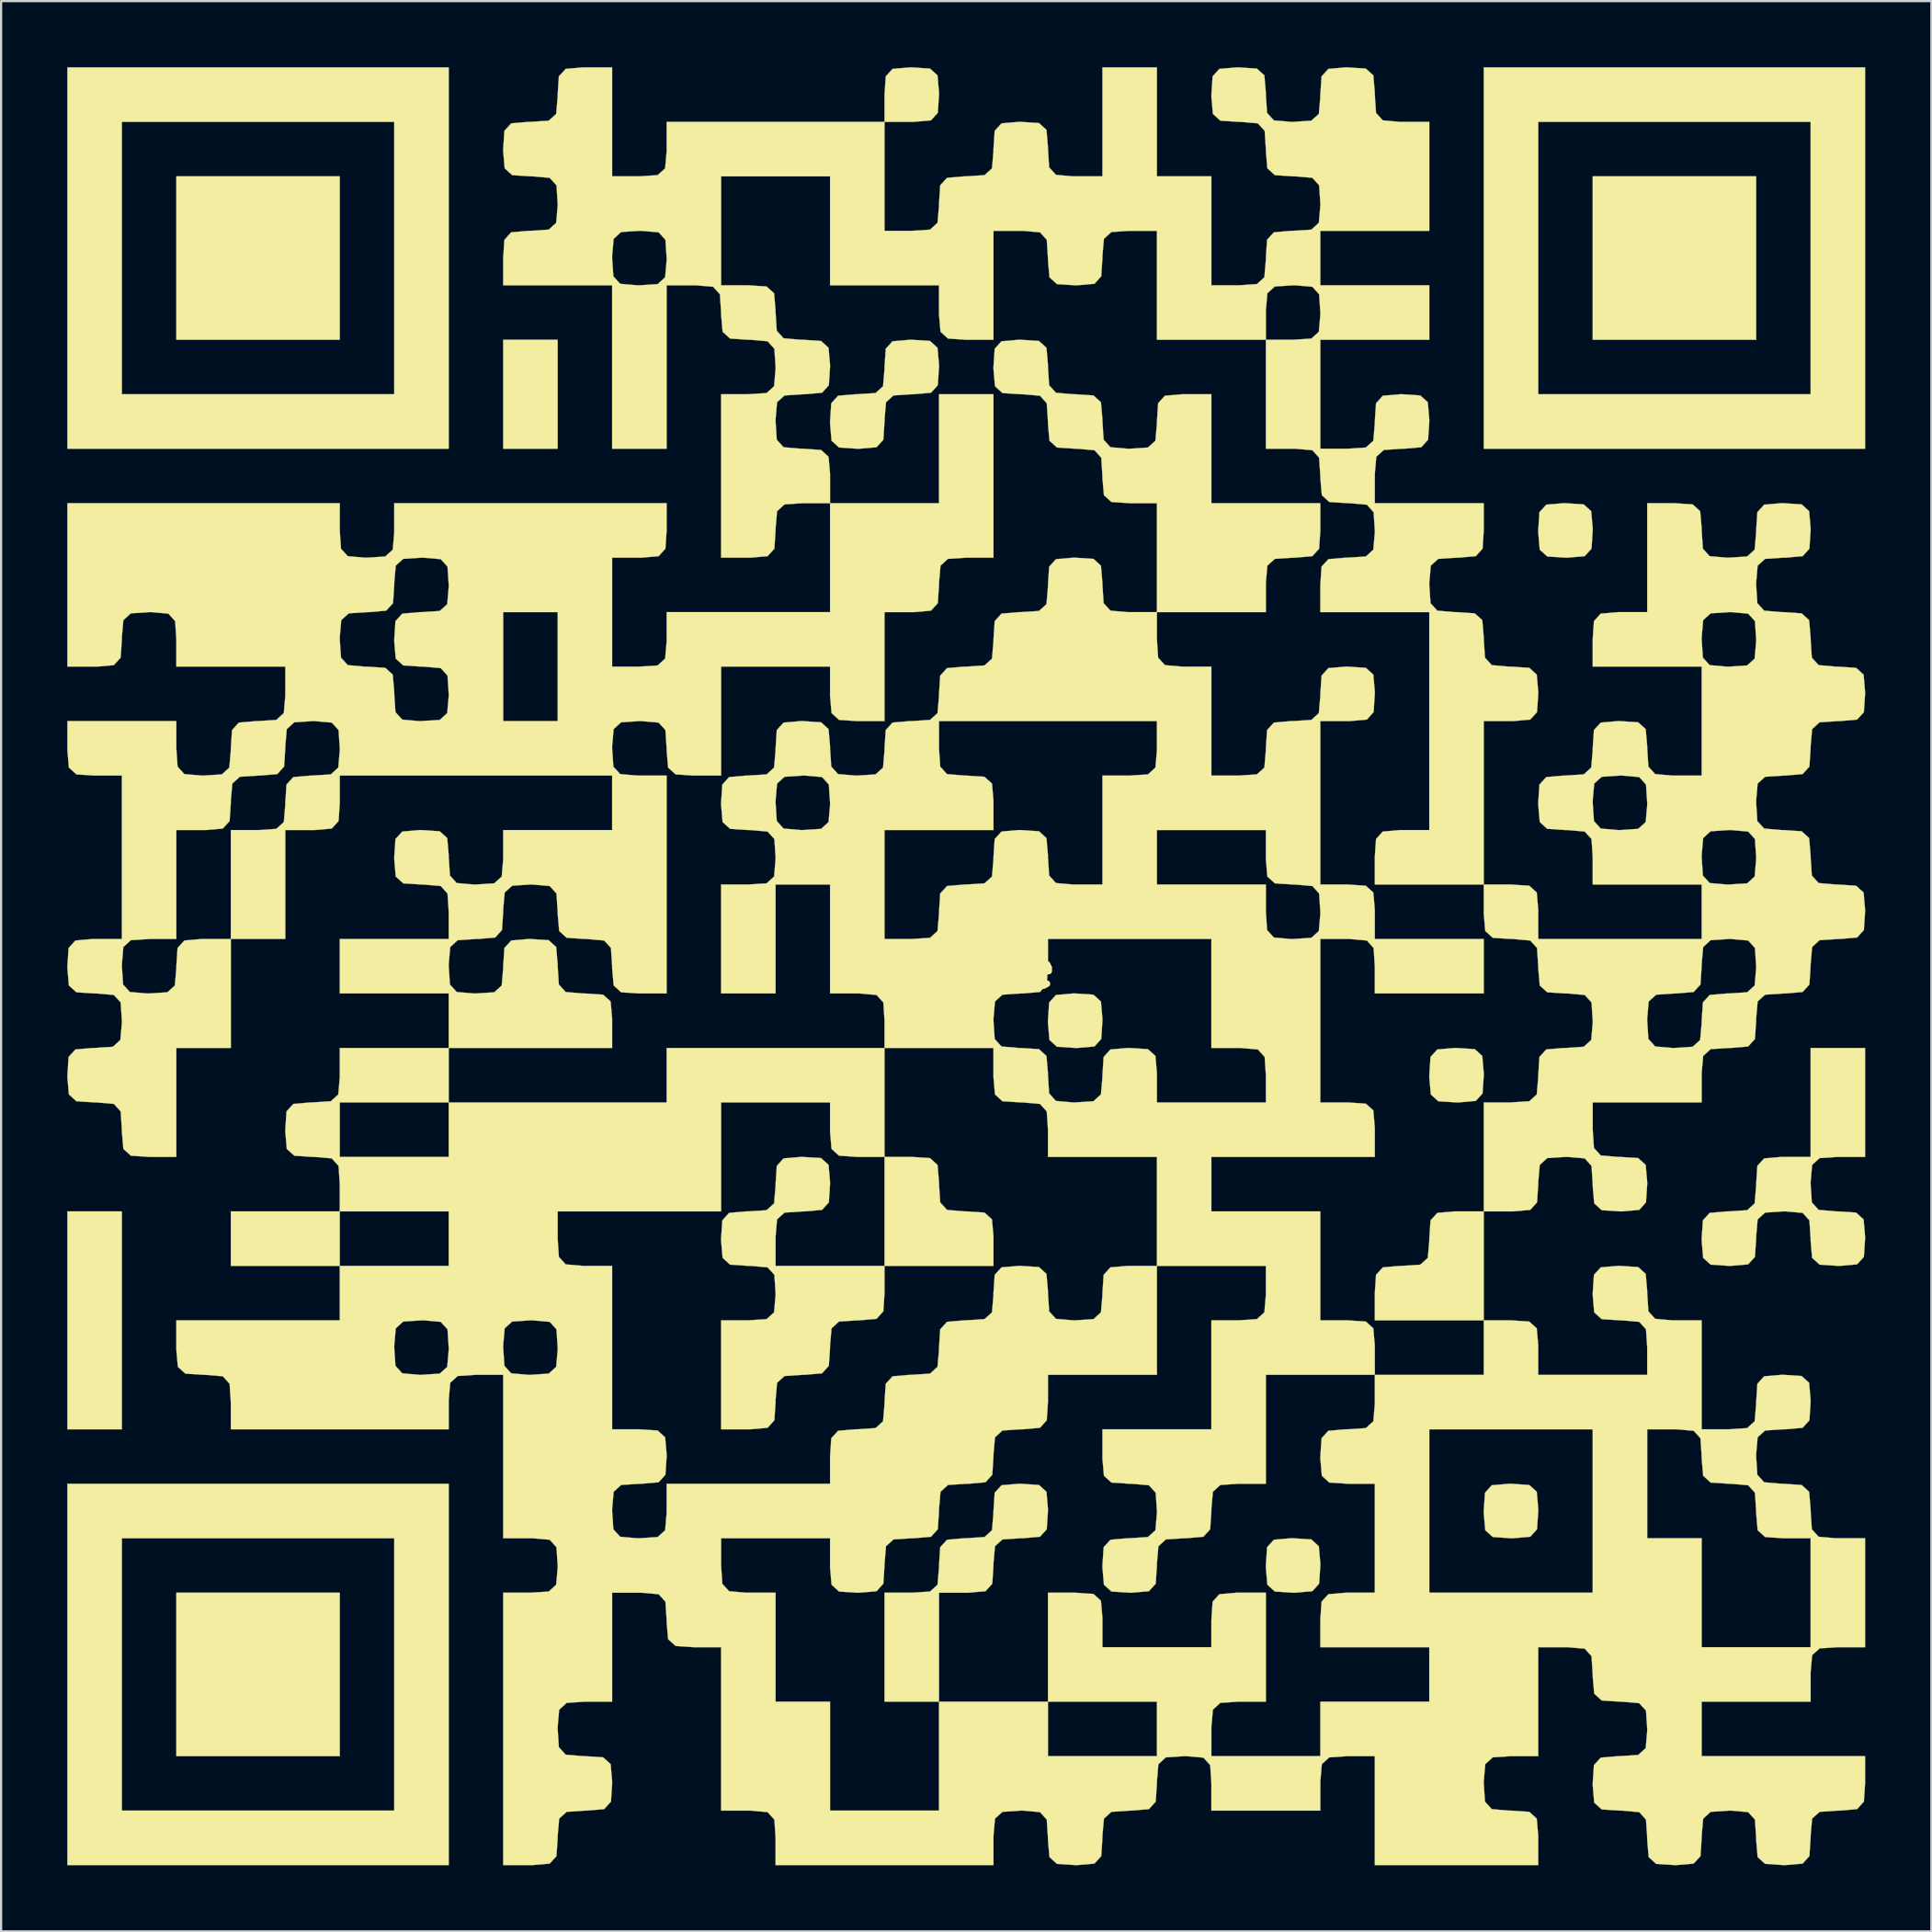
<source format=kicad_pcb>
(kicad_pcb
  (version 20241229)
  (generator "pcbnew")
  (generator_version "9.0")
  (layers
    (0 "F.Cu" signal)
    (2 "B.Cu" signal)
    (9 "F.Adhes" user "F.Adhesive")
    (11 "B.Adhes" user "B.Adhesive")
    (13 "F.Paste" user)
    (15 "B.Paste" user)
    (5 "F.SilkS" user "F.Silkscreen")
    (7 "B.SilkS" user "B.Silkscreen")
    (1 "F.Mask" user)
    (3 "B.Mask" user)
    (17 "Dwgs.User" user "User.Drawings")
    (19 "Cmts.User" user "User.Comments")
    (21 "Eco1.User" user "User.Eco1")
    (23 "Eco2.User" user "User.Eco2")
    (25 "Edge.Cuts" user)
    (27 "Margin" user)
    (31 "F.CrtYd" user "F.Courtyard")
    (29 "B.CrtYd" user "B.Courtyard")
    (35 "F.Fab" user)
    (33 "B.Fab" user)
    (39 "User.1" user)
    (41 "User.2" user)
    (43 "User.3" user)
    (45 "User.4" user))
  (footprint "qrcode"
    (layer "F.Cu")
    (at 40.927 40.927)
    (property "Reference" "qrcode" (at 0 0 0) (layer "F.SilkS") (effects (font (size 1.524 1.524) (thickness 0.3))))
    (attr through_hole)
    (fp_poly (pts (xy -38.453 20.814) (xy -40.922 20.814) (xy -40.922 10.936) (xy -38.453 10.936) (xy -38.453 20.814)) (stroke (width 0.01) (type solid)) (fill yes) (layer "F.SilkS"))
    (fp_poly (pts (xy -28.575 -28.575) (xy -35.983 -28.575) (xy -35.983 -35.983) (xy -28.575 -35.983) (xy -28.575 -28.575)) (stroke (width 0.01) (type solid)) (fill yes) (layer "F.SilkS"))
    (fp_poly (pts (xy -28.575 35.631) (xy -35.983 35.631) (xy -35.983 28.222) (xy -28.575 28.222) (xy -28.575 35.631)) (stroke (width 0.01) (type solid)) (fill yes) (layer "F.SilkS"))
    (fp_poly (pts (xy -18.697 -23.636) (xy -21.167 -23.636) (xy -21.167 -28.575) (xy -18.697 -28.575) (xy -18.697 -23.636)) (stroke (width 0.01) (type solid)) (fill yes) (layer "F.SilkS"))
    (fp_poly (pts (xy 35.631 -28.575) (xy 28.222 -28.575) (xy 28.222 -35.983) (xy 35.631 -35.983) (xy 35.631 -28.575)) (stroke (width 0.01) (type solid)) (fill yes) (layer "F.SilkS"))
    (fp_poly (pts (xy -23.636 -23.636) (xy -40.922 -23.636) (xy -40.922 -38.453) (xy -38.453 -38.453) (xy -38.453 -26.106) (xy -26.106 -26.106) (xy -26.106 -38.453) (xy -38.453 -38.453) (xy -40.922 -38.453) (xy -40.922 -40.922) (xy -23.636 -40.922) (xy -23.636 -23.636)) (stroke (width 0.01) (type solid)) (fill yes) (layer "F.SilkS"))
    (fp_poly (pts (xy -23.636 40.569) (xy -40.922 40.569) (xy -40.922 25.753) (xy -38.453 25.753) (xy -38.453 38.1) (xy -26.106 38.1) (xy -26.106 25.753) (xy -38.453 25.753) (xy -40.922 25.753) (xy -40.922 23.283) (xy -23.636 23.283) (xy -23.636 40.569)) (stroke (width 0.01) (type solid)) (fill yes) (layer "F.SilkS"))
    (fp_poly (pts (xy 40.569 -23.636) (xy 23.283 -23.636) (xy 23.283 -38.453) (xy 25.753 -38.453) (xy 25.753 -26.106) (xy 38.1 -26.106) (xy 38.1 -38.453) (xy 25.753 -38.453) (xy 23.283 -38.453) (xy 23.283 -40.922) (xy 40.569 -40.922) (xy 40.569 -23.636)) (stroke (width 0.01) (type solid)) (fill yes) (layer "F.SilkS"))
    (fp_poly (pts (xy -3.881 -39.688) (xy -3.826 -40.515) (xy -3.518 -40.854) (xy -2.74 -40.922) (xy -2.646 -40.922) (xy -1.818 -40.868) (xy -1.479 -40.56) (xy -1.411 -39.781) (xy -1.411 -39.688) (xy -1.466 -38.86) (xy -1.774 -38.521) (xy -2.552 -38.453) (xy -2.646 -38.453) (xy -3.881 -38.453) (xy -3.881 -39.688)) (stroke (width 0.01) (type solid)) (fill yes) (layer "F.SilkS"))
    (fp_poly (pts (xy -3.881 8.467) (xy -2.646 8.467) (xy -1.818 8.521) (xy -1.479 8.829) (xy -1.411 9.607) (xy -1.411 9.701) (xy -1.357 10.529) (xy -1.048 10.868) (xy -0.27 10.936) (xy -0.176 10.936) (xy 0.651 10.991) (xy 0.991 11.299) (xy 1.058 12.077) (xy 1.058 12.171) (xy 1.058 13.406) (xy -3.881 13.406) (xy -3.881 8.467)) (stroke (width 0.01) (type solid)) (fill yes) (layer "F.SilkS"))
    (fp_poly (pts (xy 5.59 1.113) (xy 5.929 1.421) (xy 5.997 2.199) (xy 5.997 2.293) (xy 5.943 3.121) (xy 5.635 3.46) (xy 4.856 3.528) (xy 4.763 3.528) (xy 3.935 3.473) (xy 3.596 3.165) (xy 3.528 2.387) (xy 3.528 2.293) (xy 3.582 1.466) (xy 3.89 1.126) (xy 4.669 1.058) (xy 4.763 1.058) (xy 5.59 1.113)) (stroke (width 0.01) (type solid)) (fill yes) (layer "F.SilkS"))
    (fp_poly (pts (xy 15.468 25.807) (xy 15.807 26.115) (xy 15.875 26.894) (xy 15.875 26.988) (xy 15.82 27.815) (xy 15.512 28.154) (xy 14.734 28.222) (xy 14.64 28.222) (xy 13.813 28.168) (xy 13.473 27.86) (xy 13.406 27.081) (xy 13.406 26.988) (xy 13.46 26.16) (xy 13.768 25.821) (xy 14.546 25.753) (xy 14.64 25.753) (xy 15.468 25.807)) (stroke (width 0.01) (type solid)) (fill yes) (layer "F.SilkS"))
    (fp_poly (pts (xy 22.876 3.582) (xy 23.216 3.89) (xy 23.283 4.669) (xy 23.283 4.763) (xy 23.229 5.59) (xy 22.921 5.929) (xy 22.143 5.997) (xy 22.049 5.997) (xy 21.221 5.943) (xy 20.882 5.635) (xy 20.814 4.856) (xy 20.814 4.763) (xy 20.869 3.935) (xy 21.177 3.596) (xy 21.955 3.528) (xy 22.049 3.528) (xy 22.876 3.582)) (stroke (width 0.01) (type solid)) (fill yes) (layer "F.SilkS"))
    (fp_poly (pts (xy 25.346 23.338) (xy 25.685 23.646) (xy 25.753 24.424) (xy 25.753 24.518) (xy 25.698 25.346) (xy 25.39 25.685) (xy 24.612 25.753) (xy 24.518 25.753) (xy 23.691 25.698) (xy 23.351 25.39) (xy 23.283 24.612) (xy 23.283 24.518) (xy 23.338 23.691) (xy 23.646 23.351) (xy 24.424 23.283) (xy 24.518 23.283) (xy 25.346 23.338)) (stroke (width 0.01) (type solid)) (fill yes) (layer "F.SilkS"))
    (fp_poly (pts (xy 27.815 -21.112) (xy 28.154 -20.804) (xy 28.222 -20.026) (xy 28.222 -19.932) (xy 28.168 -19.104) (xy 27.86 -18.765) (xy 27.081 -18.697) (xy 26.988 -18.697) (xy 26.16 -18.752) (xy 25.821 -19.06) (xy 25.753 -19.838) (xy 25.753 -19.932) (xy 25.807 -20.759) (xy 26.115 -21.099) (xy 26.894 -21.167) (xy 26.988 -21.167) (xy 27.815 -21.112)) (stroke (width 0.01) (type solid)) (fill yes) (layer "F.SilkS"))
    (fp_poly (pts (xy -1.818 -28.52) (xy -1.479 -28.212) (xy -1.411 -27.434) (xy -1.411 -27.34) (xy -1.466 -26.513) (xy -1.774 -26.173) (xy -2.552 -26.106) (xy -2.646 -26.106) (xy -3.473 -26.051) (xy -3.813 -25.743) (xy -3.88 -24.965) (xy -3.881 -24.871) (xy -3.935 -24.043) (xy -4.243 -23.704) (xy -5.021 -23.636) (xy -5.115 -23.636) (xy -5.943 -23.691) (xy -6.282 -23.999) (xy -6.35 -24.777) (xy -6.35 -24.871) (xy -6.295 -25.698) (xy -5.987 -26.038) (xy -5.209 -26.105) (xy -5.115 -26.106) (xy -4.288 -26.16) (xy -3.948 -26.468) (xy -3.881 -27.246) (xy -3.881 -27.34) (xy -3.826 -28.168) (xy -3.518 -28.507) (xy -2.74 -28.575) (xy -2.646 -28.575) (xy -1.818 -28.52)) (stroke (width 0.01) (type solid)) (fill yes) (layer "F.SilkS"))
    (fp_poly (pts (xy 3.121 23.338) (xy 3.46 23.646) (xy 3.528 24.424) (xy 3.528 24.518) (xy 3.473 25.346) (xy 3.165 25.685) (xy 2.387 25.753) (xy 2.293 25.753) (xy 1.466 25.807) (xy 1.126 26.115) (xy 1.058 26.894) (xy 1.058 26.988) (xy 1.004 27.815) (xy 0.696 28.154) (xy -0.082 28.222) (xy -0.176 28.222) (xy -1.411 28.222) (xy -1.411 33.161) (xy -3.881 33.161) (xy -3.881 28.222) (xy -2.646 28.222) (xy -1.818 28.168) (xy -1.479 27.86) (xy -1.411 27.081) (xy -1.411 26.988) (xy -1.357 26.16) (xy -1.048 25.821) (xy -0.27 25.753) (xy -0.176 25.753) (xy 0.651 25.698) (xy 0.991 25.39) (xy 1.058 24.612) (xy 1.058 24.518) (xy 1.113 23.691) (xy 1.421 23.351) (xy 2.199 23.283) (xy 2.293 23.283) (xy 3.121 23.338)) (stroke (width 0.01) (type solid)) (fill yes) (layer "F.SilkS"))
    (fp_poly (pts (xy 40.569 8.467) (xy 39.335 8.467) (xy 38.507 8.521) (xy 38.168 8.829) (xy 38.1 9.607) (xy 38.1 9.701) (xy 38.155 10.529) (xy 38.463 10.868) (xy 39.241 10.936) (xy 39.335 10.936) (xy 40.162 10.991) (xy 40.502 11.299) (xy 40.569 12.077) (xy 40.569 12.171) (xy 40.515 12.998) (xy 40.207 13.338) (xy 39.429 13.405) (xy 39.335 13.406) (xy 38.507 13.351) (xy 38.168 13.043) (xy 38.1 12.265) (xy 38.1 12.171) (xy 38.045 11.343) (xy 37.737 11.004) (xy 36.959 10.936) (xy 36.865 10.936) (xy 36.038 10.991) (xy 35.698 11.299) (xy 35.631 12.077) (xy 35.631 12.171) (xy 35.576 12.998) (xy 35.268 13.338) (xy 34.49 13.405) (xy 34.396 13.406) (xy 33.568 13.351) (xy 33.229 13.043) (xy 33.161 12.265) (xy 33.161 12.171) (xy 33.216 11.343) (xy 33.524 11.004) (xy 34.302 10.936) (xy 34.396 10.936) (xy 35.223 10.882) (xy 35.563 10.573) (xy 35.63 9.795) (xy 35.631 9.701) (xy 35.685 8.874) (xy 35.993 8.534) (xy 36.771 8.467) (xy 36.865 8.467) (xy 38.1 8.467) (xy 38.1 3.528) (xy 40.569 3.528) (xy 40.569 8.467)) (stroke (width 0.01) (type solid)) (fill yes) (layer "F.SilkS"))
    (fp_poly (pts (xy -3.881 14.64) (xy -3.935 15.468) (xy -4.243 15.807) (xy -5.021 15.875) (xy -5.115 15.875) (xy -5.943 15.93) (xy -6.282 16.238) (xy -6.35 17.016) (xy -6.35 17.11) (xy -6.405 17.937) (xy -6.713 18.277) (xy -7.491 18.344) (xy -7.585 18.344) (xy -8.412 18.399) (xy -8.752 18.707) (xy -8.819 19.485) (xy -8.819 19.579) (xy -8.874 20.407) (xy -9.182 20.746) (xy -9.96 20.814) (xy -10.054 20.814) (xy -11.289 20.814) (xy -11.289 15.875) (xy -10.054 15.875) (xy -9.227 15.82) (xy -8.887 15.512) (xy -8.82 14.734) (xy -8.819 14.64) (xy -8.874 13.813) (xy -9.182 13.473) (xy -9.96 13.406) (xy -10.054 13.406) (xy -10.882 13.351) (xy -11.221 13.043) (xy -11.289 12.265) (xy -11.289 12.171) (xy -11.234 11.343) (xy -10.926 11.004) (xy -10.148 10.936) (xy -10.054 10.936) (xy -9.227 10.882) (xy -8.887 10.573) (xy -8.82 9.795) (xy -8.819 9.701) (xy -8.765 8.874) (xy -8.457 8.534) (xy -7.679 8.467) (xy -7.585 8.467) (xy -6.757 8.521) (xy -6.418 8.829) (xy -6.35 9.607) (xy -6.35 9.701) (xy -6.405 10.529) (xy -6.713 10.868) (xy -7.491 10.936) (xy -7.585 10.936) (xy -8.412 10.991) (xy -8.752 11.299) (xy -8.819 12.077) (xy -8.819 12.171) (xy -8.819 13.406) (xy -3.881 13.406) (xy -3.881 14.64)) (stroke (width 0.01) (type solid)) (fill yes) (layer "F.SilkS"))
    (fp_poly (pts (xy 8.467 -21.167) (xy 7.232 -21.167) (xy 6.404 -21.221) (xy 6.065 -21.529) (xy 5.997 -22.307) (xy 5.997 -22.401) (xy 5.943 -23.229) (xy 5.635 -23.568) (xy 4.856 -23.636) (xy 4.763 -23.636) (xy 3.935 -23.691) (xy 3.596 -23.999) (xy 3.528 -24.777) (xy 3.528 -24.871) (xy 3.473 -25.698) (xy 3.165 -26.038) (xy 2.387 -26.105) (xy 2.293 -26.106) (xy 1.466 -26.16) (xy 1.126 -26.468) (xy 1.058 -27.246) (xy 1.058 -27.34) (xy 1.113 -28.168) (xy 1.421 -28.507) (xy 2.199 -28.575) (xy 2.293 -28.575) (xy 3.121 -28.52) (xy 3.46 -28.212) (xy 3.528 -27.434) (xy 3.528 -27.34) (xy 3.582 -26.513) (xy 3.89 -26.173) (xy 4.669 -26.106) (xy 4.763 -26.106) (xy 5.59 -26.051) (xy 5.929 -25.743) (xy 5.997 -24.965) (xy 5.997 -24.871) (xy 6.052 -24.043) (xy 6.36 -23.704) (xy 7.138 -23.636) (xy 7.232 -23.636) (xy 8.059 -23.691) (xy 8.399 -23.999) (xy 8.467 -24.777) (xy 8.467 -24.871) (xy 8.521 -25.698) (xy 8.829 -26.038) (xy 9.607 -26.105) (xy 9.701 -26.106) (xy 10.936 -26.106) (xy 10.936 -21.167) (xy 15.875 -21.167) (xy 15.875 -19.932) (xy 15.82 -19.104) (xy 15.512 -18.765) (xy 14.734 -18.697) (xy 14.64 -18.697) (xy 13.813 -18.643) (xy 13.473 -18.335) (xy 13.406 -17.556) (xy 13.406 -17.462) (xy 13.406 -16.228) (xy 8.467 -16.228) (xy 8.467 -21.167)) (stroke (width 0.01) (type solid)) (fill yes) (layer "F.SilkS"))
    (fp_poly (pts (xy 8.467 -14.993) (xy 8.521 -14.166) (xy 8.829 -13.826) (xy 9.607 -13.758) (xy 9.701 -13.758) (xy 10.936 -13.758) (xy 10.936 -8.819) (xy 12.171 -8.819) (xy 12.998 -8.874) (xy 13.338 -9.182) (xy 13.405 -9.96) (xy 13.406 -10.054) (xy 13.46 -10.882) (xy 13.768 -11.221) (xy 14.546 -11.289) (xy 14.64 -11.289) (xy 15.468 -11.343) (xy 15.807 -11.652) (xy 15.875 -12.43) (xy 15.875 -12.524) (xy 15.93 -13.351) (xy 16.238 -13.691) (xy 17.016 -13.758) (xy 17.11 -13.758) (xy 17.937 -13.704) (xy 18.277 -13.396) (xy 18.344 -12.618) (xy 18.344 -12.524) (xy 18.29 -11.696) (xy 17.982 -11.357) (xy 17.204 -11.289) (xy 17.11 -11.289) (xy 15.875 -11.289) (xy 15.875 -3.881) (xy 17.11 -3.881) (xy 17.937 -3.826) (xy 18.277 -3.518) (xy 18.344 -2.74) (xy 18.344 -2.646) (xy 18.344 -1.411) (xy 23.283 -1.411) (xy 23.283 1.058) (xy 18.344 1.058) (xy 18.344 -0.176) (xy 18.29 -1.004) (xy 17.982 -1.343) (xy 17.204 -1.411) (xy 17.11 -1.411) (xy 15.875 -1.411) (xy 15.875 5.997) (xy 17.11 5.997) (xy 17.937 6.052) (xy 18.277 6.36) (xy 18.344 7.138) (xy 18.344 7.232) (xy 18.344 8.467) (xy 10.936 8.467) (xy 10.936 10.936) (xy 15.875 10.936) (xy 15.875 15.875) (xy 17.11 15.875) (xy 17.937 15.93) (xy 18.277 16.238) (xy 18.344 17.016) (xy 18.344 17.11) (xy 18.344 18.344) (xy 13.406 18.344) (xy 13.406 23.283) (xy 12.171 23.283) (xy 11.343 23.338) (xy 11.004 23.646) (xy 10.936 24.424) (xy 10.936 24.518) (xy 10.882 25.346) (xy 10.573 25.685) (xy 9.795 25.753) (xy 9.701 25.753) (xy 8.874 25.807) (xy 8.534 26.115) (xy 8.467 26.894) (xy 8.467 26.988) (xy 8.412 27.815) (xy 8.104 28.154) (xy 7.326 28.222) (xy 7.232 28.222) (xy 6.404 28.168) (xy 6.065 27.86) (xy 5.997 27.081) (xy 5.997 26.988) (xy 6.052 26.16) (xy 6.36 25.821) (xy 7.138 25.753) (xy 7.232 25.753) (xy 8.059 25.698) (xy 8.399 25.39) (xy 8.467 24.612) (xy 8.467 24.518) (xy 8.412 23.691) (xy 8.104 23.351) (xy 7.326 23.283) (xy 7.232 23.283) (xy 6.404 23.229) (xy 6.065 22.921) (xy 5.997 22.143) (xy 5.997 22.049) (xy 5.997 20.814) (xy 10.936 20.814) (xy 10.936 15.875) (xy 12.171 15.875) (xy 12.998 15.82) (xy 13.338 15.512) (xy 13.405 14.734) (xy 13.406 14.64) (xy 13.406 13.406) (xy 8.467 13.406) (xy 8.467 8.467) (xy 3.528 8.467) (xy 3.528 7.232) (xy 3.473 6.404) (xy 3.165 6.065) (xy 2.387 5.997) (xy 2.293 5.997) (xy 1.466 5.943) (xy 1.126 5.635) (xy 1.058 4.856) (xy 1.058 4.763) (xy 1.058 3.528) (xy -3.881 3.528) (xy -3.881 2.293) (xy 1.058 2.293) (xy 1.113 3.121) (xy 1.421 3.46) (xy 2.199 3.528) (xy 2.293 3.528) (xy 3.121 3.582) (xy 3.46 3.89) (xy 3.528 4.669) (xy 3.528 4.763) (xy 3.582 5.59) (xy 3.89 5.929) (xy 4.669 5.997) (xy 4.763 5.997) (xy 5.59 5.943) (xy 5.929 5.635) (xy 5.997 4.856) (xy 5.997 4.763) (xy 6.052 3.935) (xy 6.36 3.596) (xy 7.138 3.528) (xy 7.232 3.528) (xy 8.059 3.582) (xy 8.399 3.89) (xy 8.467 4.669) (xy 8.467 4.763) (xy 8.467 5.997) (xy 13.406 5.997) (xy 13.406 4.763) (xy 13.351 3.935) (xy 13.043 3.596) (xy 12.265 3.528) (xy 12.171 3.528) (xy 10.936 3.528) (xy 10.936 -1.411) (xy 3.528 -1.411) (xy 3.528 -0.176) (xy 3.473 0.651) (xy 3.165 0.991) (xy 2.387 1.058) (xy 2.293 1.058) (xy 1.466 1.113) (xy 1.126 1.421) (xy 1.058 2.199) (xy 1.058 2.293) (xy -3.881 2.293) (xy -3.935 1.466) (xy -4.243 1.126) (xy -5.021 1.058) (xy -5.115 1.058) (xy -6.35 1.058) (xy -6.35 -3.881) (xy -8.819 -3.881) (xy -8.819 1.058) (xy -11.289 1.058) (xy -11.289 -3.881) (xy -10.054 -3.881) (xy -9.227 -3.935) (xy -8.887 -4.243) (xy -8.82 -5.021) (xy -8.819 -5.115) (xy -8.874 -5.943) (xy -9.182 -6.282) (xy -9.96 -6.35) (xy -10.054 -6.35) (xy -10.882 -6.405) (xy -11.221 -6.713) (xy -11.289 -7.491) (xy -11.289 -7.585) (xy -8.819 -7.585) (xy -8.765 -6.757) (xy -8.457 -6.418) (xy -7.679 -6.35) (xy -7.585 -6.35) (xy -3.881 -6.35) (xy -3.881 -1.411) (xy -2.646 -1.411) (xy -1.818 -1.466) (xy -1.479 -1.774) (xy -1.411 -2.552) (xy -1.411 -2.646) (xy -1.357 -3.473) (xy -1.048 -3.813) (xy -0.27 -3.88) (xy -0.176 -3.881) (xy 0.651 -3.935) (xy 0.991 -4.243) (xy 1.058 -5.021) (xy 1.058 -5.115) (xy 1.113 -5.943) (xy 1.421 -6.282) (xy 2.199 -6.35) (xy 2.293 -6.35) (xy 3.121 -6.295) (xy 3.46 -5.987) (xy 3.528 -5.209) (xy 3.528 -5.115) (xy 3.582 -4.288) (xy 3.89 -3.948) (xy 4.669 -3.881) (xy 4.763 -3.881) (xy 5.997 -3.881) (xy 5.997 -6.35) (xy 8.467 -6.35) (xy 8.467 -3.881) (xy 13.406 -3.881) (xy 13.406 -2.646) (xy 13.46 -1.818) (xy 13.768 -1.479) (xy 14.546 -1.411) (xy 14.64 -1.411) (xy 15.468 -1.466) (xy 15.807 -1.774) (xy 15.875 -2.552) (xy 15.875 -2.646) (xy 15.82 -3.473) (xy 15.512 -3.813) (xy 14.734 -3.88) (xy 14.64 -3.881) (xy 13.813 -3.935) (xy 13.473 -4.243) (xy 13.406 -5.021) (xy 13.406 -5.115) (xy 13.406 -6.35) (xy 8.467 -6.35) (xy 5.997 -6.35) (xy 5.997 -8.819) (xy 7.232 -8.819) (xy 8.059 -8.874) (xy 8.399 -9.182) (xy 8.467 -9.96) (xy 8.467 -10.054) (xy 8.467 -11.289) (xy -1.411 -11.289) (xy -1.411 -10.054) (xy -1.357 -9.227) (xy -1.048 -8.887) (xy -0.27 -8.82) (xy -0.176 -8.819) (xy 0.651 -8.765) (xy 0.991 -8.457) (xy 1.058 -7.679) (xy 1.058 -7.585) (xy 1.058 -6.35) (xy -3.881 -6.35) (xy -7.585 -6.35) (xy -6.757 -6.405) (xy -6.418 -6.713) (xy -6.35 -7.491) (xy -6.35 -7.585) (xy -6.405 -8.412) (xy -6.713 -8.752) (xy -7.491 -8.819) (xy -7.585 -8.819) (xy -8.412 -8.765) (xy -8.752 -8.457) (xy -8.819 -7.679) (xy -8.819 -7.585) (xy -11.289 -7.585) (xy -11.234 -8.412) (xy -10.926 -8.752) (xy -10.148 -8.819) (xy -10.054 -8.819) (xy -9.227 -8.874) (xy -8.887 -9.182) (xy -8.82 -9.96) (xy -8.819 -10.054) (xy -8.765 -10.882) (xy -8.457 -11.221) (xy -7.679 -11.289) (xy -7.585 -11.289) (xy -6.757 -11.234) (xy -6.418 -10.926) (xy -6.35 -10.148) (xy -6.35 -10.054) (xy -6.295 -9.227) (xy -5.987 -8.887) (xy -5.209 -8.82) (xy -5.115 -8.819) (xy -4.288 -8.874) (xy -3.948 -9.182) (xy -3.881 -9.96) (xy -3.881 -10.054) (xy -3.826 -10.882) (xy -3.518 -11.221) (xy -2.74 -11.289) (xy -2.646 -11.289) (xy -1.818 -11.343) (xy -1.479 -11.652) (xy -1.411 -12.43) (xy -1.411 -12.524) (xy -1.357 -13.351) (xy -1.048 -13.691) (xy -0.27 -13.758) (xy -0.176 -13.758) (xy 0.651 -13.813) (xy 0.991 -14.121) (xy 1.058 -14.899) (xy 1.058 -14.993) (xy 1.113 -15.821) (xy 1.421 -16.16) (xy 2.199 -16.228) (xy 2.293 -16.228) (xy 3.121 -16.282) (xy 3.46 -16.59) (xy 3.528 -17.369) (xy 3.528 -17.462) (xy 3.582 -18.29) (xy 3.89 -18.629) (xy 4.669 -18.697) (xy 4.763 -18.697) (xy 5.59 -18.643) (xy 5.929 -18.335) (xy 5.997 -17.556) (xy 5.997 -17.462) (xy 6.052 -16.635) (xy 6.36 -16.296) (xy 7.138 -16.228) (xy 7.232 -16.228) (xy 8.467 -16.228) (xy 8.467 -14.993)) (stroke (width 0.01) (type solid)) (fill yes) (layer "F.SilkS"))
    (fp_poly (pts (xy -3.881 -33.514) (xy -2.646 -33.514) (xy -1.818 -33.568) (xy -1.479 -33.877) (xy -1.411 -34.655) (xy -1.411 -34.749) (xy -1.357 -35.576) (xy -1.048 -35.916) (xy -0.27 -35.983) (xy -0.176 -35.983) (xy 0.651 -36.038) (xy 0.991 -36.346) (xy 1.058 -37.124) (xy 1.058 -37.218) (xy 1.113 -38.046) (xy 1.421 -38.385) (xy 2.199 -38.453) (xy 2.293 -38.453) (xy 3.121 -38.398) (xy 3.46 -38.09) (xy 3.528 -37.312) (xy 3.528 -37.218) (xy 3.582 -36.391) (xy 3.89 -36.051) (xy 4.669 -35.983) (xy 4.763 -35.983) (xy 5.997 -35.983) (xy 5.997 -40.922) (xy 8.467 -40.922) (xy 8.467 -35.983) (xy 10.936 -35.983) (xy 10.936 -31.044) (xy 12.171 -31.044) (xy 12.998 -31.099) (xy 13.338 -31.407) (xy 13.405 -32.185) (xy 13.406 -32.279) (xy 13.46 -33.107) (xy 13.768 -33.446) (xy 14.546 -33.514) (xy 14.64 -33.514) (xy 15.468 -33.568) (xy 15.807 -33.877) (xy 15.875 -34.655) (xy 15.875 -34.749) (xy 15.82 -35.576) (xy 15.512 -35.916) (xy 14.734 -35.983) (xy 14.64 -35.983) (xy 13.813 -36.038) (xy 13.473 -36.346) (xy 13.406 -37.124) (xy 13.406 -37.218) (xy 13.351 -38.046) (xy 13.043 -38.385) (xy 12.265 -38.453) (xy 12.171 -38.453) (xy 11.343 -38.507) (xy 11.004 -38.815) (xy 10.936 -39.594) (xy 10.936 -39.688) (xy 10.991 -40.515) (xy 11.299 -40.854) (xy 12.077 -40.922) (xy 12.171 -40.922) (xy 12.998 -40.868) (xy 13.338 -40.56) (xy 13.405 -39.781) (xy 13.406 -39.688) (xy 13.46 -38.86) (xy 13.768 -38.521) (xy 14.546 -38.453) (xy 14.64 -38.453) (xy 15.468 -38.507) (xy 15.807 -38.815) (xy 15.875 -39.594) (xy 15.875 -39.688) (xy 15.93 -40.515) (xy 16.238 -40.854) (xy 17.016 -40.922) (xy 17.11 -40.922) (xy 17.937 -40.868) (xy 18.277 -40.56) (xy 18.344 -39.781) (xy 18.344 -39.688) (xy 18.399 -38.86) (xy 18.707 -38.521) (xy 19.485 -38.453) (xy 19.579 -38.453) (xy 20.814 -38.453) (xy 20.814 -33.514) (xy 15.875 -33.514) (xy 15.875 -31.044) (xy 20.814 -31.044) (xy 20.814 -28.575) (xy 15.875 -28.575) (xy 15.875 -23.636) (xy 17.11 -23.636) (xy 17.937 -23.691) (xy 18.277 -23.999) (xy 18.344 -24.777) (xy 18.344 -24.871) (xy 18.399 -25.698) (xy 18.707 -26.038) (xy 19.485 -26.105) (xy 19.579 -26.106) (xy 20.407 -26.051) (xy 20.746 -25.743) (xy 20.814 -24.965) (xy 20.814 -24.871) (xy 20.759 -24.043) (xy 20.451 -23.704) (xy 19.673 -23.636) (xy 19.579 -23.636) (xy 18.752 -23.581) (xy 18.412 -23.273) (xy 18.345 -22.495) (xy 18.344 -22.401) (xy 18.344 -21.167) (xy 23.283 -21.167) (xy 23.283 -19.932) (xy 23.229 -19.104) (xy 22.921 -18.765) (xy 22.143 -18.697) (xy 22.049 -18.697) (xy 21.221 -18.643) (xy 20.882 -18.335) (xy 20.814 -17.556) (xy 20.814 -17.462) (xy 20.869 -16.635) (xy 21.177 -16.296) (xy 21.955 -16.228) (xy 22.049 -16.228) (xy 22.876 -16.173) (xy 23.216 -15.865) (xy 23.283 -15.087) (xy 23.283 -14.993) (xy 23.338 -14.166) (xy 23.646 -13.826) (xy 24.424 -13.758) (xy 24.518 -13.758) (xy 25.346 -13.704) (xy 25.685 -13.396) (xy 25.753 -12.618) (xy 25.753 -12.524) (xy 25.698 -11.696) (xy 25.39 -11.357) (xy 24.612 -11.289) (xy 24.518 -11.289) (xy 23.283 -11.289) (xy 23.283 -3.881) (xy 24.518 -3.881) (xy 25.346 -3.826) (xy 25.685 -3.518) (xy 25.753 -2.74) (xy 25.753 -2.646) (xy 25.753 -1.411) (xy 33.161 -1.411) (xy 33.161 -3.881) (xy 28.222 -3.881) (xy 28.222 -5.115) (xy 33.161 -5.115) (xy 33.216 -4.288) (xy 33.524 -3.948) (xy 34.302 -3.881) (xy 34.396 -3.881) (xy 35.223 -3.935) (xy 35.563 -4.243) (xy 35.63 -5.021) (xy 35.631 -5.115) (xy 35.576 -5.943) (xy 35.268 -6.282) (xy 34.49 -6.35) (xy 34.396 -6.35) (xy 33.568 -6.295) (xy 33.229 -5.987) (xy 33.161 -5.209) (xy 33.161 -5.115) (xy 28.222 -5.115) (xy 28.168 -5.943) (xy 27.86 -6.282) (xy 27.081 -6.35) (xy 26.988 -6.35) (xy 26.16 -6.405) (xy 25.821 -6.713) (xy 25.753 -7.491) (xy 25.753 -7.585) (xy 28.222 -7.585) (xy 28.277 -6.757) (xy 28.585 -6.418) (xy 29.363 -6.35) (xy 29.457 -6.35) (xy 30.284 -6.405) (xy 30.624 -6.713) (xy 30.692 -7.491) (xy 30.692 -7.585) (xy 30.637 -8.412) (xy 30.329 -8.752) (xy 29.551 -8.819) (xy 29.457 -8.819) (xy 28.629 -8.765) (xy 28.29 -8.457) (xy 28.222 -7.679) (xy 28.222 -7.585) (xy 25.753 -7.585) (xy 25.807 -8.412) (xy 26.115 -8.752) (xy 26.894 -8.819) (xy 26.988 -8.819) (xy 27.815 -8.874) (xy 28.154 -9.182) (xy 28.222 -9.96) (xy 28.222 -10.054) (xy 28.277 -10.882) (xy 28.585 -11.221) (xy 29.363 -11.289) (xy 29.457 -11.289) (xy 30.284 -11.234) (xy 30.624 -10.926) (xy 30.692 -10.148) (xy 30.692 -10.054) (xy 30.746 -9.227) (xy 31.054 -8.887) (xy 31.832 -8.82) (xy 31.926 -8.819) (xy 33.161 -8.819) (xy 33.161 -13.758) (xy 28.222 -13.758) (xy 28.222 -14.993) (xy 33.161 -14.993) (xy 33.216 -14.166) (xy 33.524 -13.826) (xy 34.302 -13.758) (xy 34.396 -13.758) (xy 35.223 -13.813) (xy 35.563 -14.121) (xy 35.63 -14.899) (xy 35.631 -14.993) (xy 35.576 -15.821) (xy 35.268 -16.16) (xy 34.49 -16.228) (xy 34.396 -16.228) (xy 33.568 -16.173) (xy 33.229 -15.865) (xy 33.161 -15.087) (xy 33.161 -14.993) (xy 28.222 -14.993) (xy 28.277 -15.821) (xy 28.585 -16.16) (xy 29.363 -16.228) (xy 29.457 -16.228) (xy 30.692 -16.228) (xy 30.692 -21.167) (xy 31.926 -21.167) (xy 32.754 -21.112) (xy 33.093 -20.804) (xy 33.161 -20.026) (xy 33.161 -19.932) (xy 33.216 -19.104) (xy 33.524 -18.765) (xy 34.302 -18.697) (xy 34.396 -18.697) (xy 35.223 -18.752) (xy 35.563 -19.06) (xy 35.63 -19.838) (xy 35.631 -19.932) (xy 35.685 -20.759) (xy 35.993 -21.099) (xy 36.771 -21.167) (xy 36.865 -21.167) (xy 37.693 -21.112) (xy 38.032 -20.804) (xy 38.1 -20.026) (xy 38.1 -19.932) (xy 38.045 -19.104) (xy 37.737 -18.765) (xy 36.959 -18.697) (xy 36.865 -18.697) (xy 36.038 -18.643) (xy 35.698 -18.335) (xy 35.631 -17.556) (xy 35.631 -17.462) (xy 35.685 -16.635) (xy 35.993 -16.296) (xy 36.771 -16.228) (xy 36.865 -16.228) (xy 37.693 -16.173) (xy 38.032 -15.865) (xy 38.1 -15.087) (xy 38.1 -14.993) (xy 38.155 -14.166) (xy 38.463 -13.826) (xy 39.241 -13.758) (xy 39.335 -13.758) (xy 40.162 -13.704) (xy 40.502 -13.396) (xy 40.569 -12.618) (xy 40.569 -12.524) (xy 40.515 -11.696) (xy 40.207 -11.357) (xy 39.429 -11.289) (xy 39.335 -11.289) (xy 38.507 -11.234) (xy 38.168 -10.926) (xy 38.1 -10.148) (xy 38.1 -10.054) (xy 38.045 -9.227) (xy 37.737 -8.887) (xy 36.959 -8.82) (xy 36.865 -8.819) (xy 36.038 -8.765) (xy 35.698 -8.457) (xy 35.631 -7.679) (xy 35.631 -7.585) (xy 35.685 -6.757) (xy 35.993 -6.418) (xy 36.771 -6.35) (xy 36.865 -6.35) (xy 37.693 -6.295) (xy 38.032 -5.987) (xy 38.1 -5.209) (xy 38.1 -5.115) (xy 38.155 -4.288) (xy 38.463 -3.948) (xy 39.241 -3.881) (xy 39.335 -3.881) (xy 40.162 -3.826) (xy 40.502 -3.518) (xy 40.569 -2.74) (xy 40.569 -2.646) (xy 40.515 -1.818) (xy 40.207 -1.479) (xy 39.429 -1.411) (xy 39.335 -1.411) (xy 38.507 -1.357) (xy 38.168 -1.048) (xy 38.1 -0.27) (xy 38.1 -0.176) (xy 38.045 0.651) (xy 37.737 0.991) (xy 36.959 1.058) (xy 36.865 1.058) (xy 36.038 1.113) (xy 35.698 1.421) (xy 35.631 2.199) (xy 35.631 2.293) (xy 35.576 3.121) (xy 35.268 3.46) (xy 34.49 3.528) (xy 34.396 3.528) (xy 33.568 3.582) (xy 33.229 3.89) (xy 33.161 4.669) (xy 33.161 4.763) (xy 33.161 5.997) (xy 28.222 5.997) (xy 28.222 7.232) (xy 28.277 8.059) (xy 28.585 8.399) (xy 29.363 8.467) (xy 29.457 8.467) (xy 30.284 8.521) (xy 30.624 8.829) (xy 30.692 9.607) (xy 30.692 9.701) (xy 30.637 10.529) (xy 30.329 10.868) (xy 29.551 10.936) (xy 29.457 10.936) (xy 28.629 10.882) (xy 28.29 10.573) (xy 28.222 9.795) (xy 28.222 9.701) (xy 28.168 8.874) (xy 27.86 8.534) (xy 27.081 8.467) (xy 26.988 8.467) (xy 26.16 8.521) (xy 25.821 8.829) (xy 25.753 9.607) (xy 25.753 9.701) (xy 25.698 10.529) (xy 25.39 10.868) (xy 24.612 10.936) (xy 24.518 10.936) (xy 23.283 10.936) (xy 23.283 15.875) (xy 24.518 15.875) (xy 25.346 15.93) (xy 25.685 16.238) (xy 25.753 17.016) (xy 25.753 17.11) (xy 25.753 18.344) (xy 30.692 18.344) (xy 30.692 17.11) (xy 30.637 16.282) (xy 30.329 15.943) (xy 29.551 15.875) (xy 29.457 15.875) (xy 28.629 15.82) (xy 28.29 15.512) (xy 28.222 14.734) (xy 28.222 14.64) (xy 28.277 13.813) (xy 28.585 13.473) (xy 29.363 13.406) (xy 29.457 13.406) (xy 30.284 13.46) (xy 30.624 13.768) (xy 30.692 14.546) (xy 30.692 14.64) (xy 30.746 15.468) (xy 31.054 15.807) (xy 31.832 15.875) (xy 31.926 15.875) (xy 33.161 15.875) (xy 33.161 20.814) (xy 34.396 20.814) (xy 35.223 20.759) (xy 35.563 20.451) (xy 35.63 19.673) (xy 35.631 19.579) (xy 35.685 18.752) (xy 35.993 18.412) (xy 36.771 18.345) (xy 36.865 18.344) (xy 37.693 18.399) (xy 38.032 18.707) (xy 38.1 19.485) (xy 38.1 19.579) (xy 38.045 20.407) (xy 37.737 20.746) (xy 36.959 20.814) (xy 36.865 20.814) (xy 36.038 20.869) (xy 35.698 21.177) (xy 35.631 21.955) (xy 35.631 22.049) (xy 35.685 22.876) (xy 35.993 23.216) (xy 36.771 23.283) (xy 36.865 23.283) (xy 37.693 23.338) (xy 38.032 23.646) (xy 38.1 24.424) (xy 38.1 24.518) (xy 38.155 25.346) (xy 38.463 25.685) (xy 39.241 25.753) (xy 39.335 25.753) (xy 40.569 25.753) (xy 40.569 30.692) (xy 39.335 30.692) (xy 38.507 30.746) (xy 38.168 31.054) (xy 38.1 31.832) (xy 38.1 31.926) (xy 38.1 33.161) (xy 33.161 33.161) (xy 33.161 35.631) (xy 40.569 35.631) (xy 40.569 36.865) (xy 40.515 37.693) (xy 40.207 38.032) (xy 39.429 38.1) (xy 39.335 38.1) (xy 38.507 38.155) (xy 38.168 38.463) (xy 38.1 39.241) (xy 38.1 39.335) (xy 38.045 40.162) (xy 37.737 40.502) (xy 36.959 40.569) (xy 36.865 40.569) (xy 36.038 40.515) (xy 35.698 40.207) (xy 35.631 39.429) (xy 35.631 39.335) (xy 35.576 38.507) (xy 35.268 38.168) (xy 34.49 38.1) (xy 34.396 38.1) (xy 33.568 38.155) (xy 33.229 38.463) (xy 33.161 39.241) (xy 33.161 39.335) (xy 33.107 40.162) (xy 32.798 40.502) (xy 32.02 40.569) (xy 31.926 40.569) (xy 31.099 40.515) (xy 30.759 40.207) (xy 30.692 39.429) (xy 30.692 39.335) (xy 30.637 38.507) (xy 30.329 38.168) (xy 29.551 38.1) (xy 29.457 38.1) (xy 28.629 38.045) (xy 28.29 37.737) (xy 28.222 36.959) (xy 28.222 36.865) (xy 28.277 36.038) (xy 28.585 35.698) (xy 29.363 35.631) (xy 29.457 35.631) (xy 30.284 35.576) (xy 30.624 35.268) (xy 30.692 34.49) (xy 30.692 34.396) (xy 30.637 33.568) (xy 30.329 33.229) (xy 29.551 33.161) (xy 29.457 33.161) (xy 28.629 33.107) (xy 28.29 32.798) (xy 28.222 32.02) (xy 28.222 31.926) (xy 28.168 31.099) (xy 27.86 30.759) (xy 27.081 30.692) (xy 26.988 30.692) (xy 25.753 30.692) (xy 25.753 35.631) (xy 24.518 35.631) (xy 23.691 35.685) (xy 23.351 35.993) (xy 23.283 36.771) (xy 23.283 36.865) (xy 23.338 37.693) (xy 23.646 38.032) (xy 24.424 38.1) (xy 24.518 38.1) (xy 25.346 38.155) (xy 25.685 38.463) (xy 25.753 39.241) (xy 25.753 39.335) (xy 25.753 40.569) (xy 18.344 40.569) (xy 18.344 35.631) (xy 17.11 35.631) (xy 16.282 35.685) (xy 15.943 35.993) (xy 15.875 36.771) (xy 15.875 36.865) (xy 15.875 38.1) (xy 10.936 38.1) (xy 10.936 36.865) (xy 10.882 36.038) (xy 10.573 35.698) (xy 9.795 35.631) (xy 9.701 35.631) (xy 8.874 35.685) (xy 8.534 35.993) (xy 8.467 36.771) (xy 8.467 36.865) (xy 8.412 37.693) (xy 8.104 38.032) (xy 7.326 38.1) (xy 7.232 38.1) (xy 6.404 38.155) (xy 6.065 38.463) (xy 5.997 39.241) (xy 5.997 39.335) (xy 5.943 40.162) (xy 5.635 40.502) (xy 4.856 40.569) (xy 4.763 40.569) (xy 3.935 40.515) (xy 3.596 40.207) (xy 3.528 39.429) (xy 3.528 39.335) (xy 3.473 38.507) (xy 3.165 38.168) (xy 2.387 38.1) (xy 2.293 38.1) (xy 1.466 38.155) (xy 1.126 38.463) (xy 1.058 39.241) (xy 1.058 39.335) (xy 1.058 40.569) (xy -8.819 40.569) (xy -8.819 39.335) (xy -8.874 38.507) (xy -9.182 38.168) (xy -9.96 38.1) (xy -10.054 38.1) (xy -11.289 38.1) (xy -11.289 30.692) (xy -12.524 30.692) (xy -13.351 30.637) (xy -13.691 30.329) (xy -13.758 29.551) (xy -13.758 29.457) (xy -13.813 28.629) (xy -14.121 28.29) (xy -14.899 28.222) (xy -14.993 28.222) (xy -16.228 28.222) (xy -16.228 33.161) (xy -17.462 33.161) (xy -18.29 33.216) (xy -18.629 33.524) (xy -18.697 34.302) (xy -18.697 34.396) (xy -18.643 35.223) (xy -18.335 35.563) (xy -17.556 35.63) (xy -17.462 35.631) (xy -16.635 35.685) (xy -16.296 35.993) (xy -16.228 36.771) (xy -16.228 36.865) (xy -16.282 37.693) (xy -16.59 38.032) (xy -17.369 38.1) (xy -17.462 38.1) (xy -18.29 38.155) (xy -18.629 38.463) (xy -18.697 39.241) (xy -18.697 39.335) (xy -18.752 40.162) (xy -19.06 40.502) (xy -19.838 40.569) (xy -19.932 40.569) (xy -21.167 40.569) (xy -21.167 28.222) (xy -19.932 28.222) (xy -19.104 28.168) (xy -18.765 27.86) (xy -18.697 27.081) (xy -18.697 26.988) (xy -18.752 26.16) (xy -19.06 25.821) (xy -19.838 25.753) (xy -19.932 25.753) (xy -21.167 25.753) (xy -21.167 18.344) (xy -22.401 18.344) (xy -23.229 18.399) (xy -23.568 18.707) (xy -23.636 19.485) (xy -23.636 19.579) (xy -23.636 20.814) (xy -33.514 20.814) (xy -33.514 19.579) (xy -33.568 18.752) (xy -33.877 18.412) (xy -34.655 18.345) (xy -34.749 18.344) (xy -35.576 18.29) (xy -35.916 17.982) (xy -35.983 17.204) (xy -35.983 17.11) (xy -26.106 17.11) (xy -26.051 17.937) (xy -25.743 18.277) (xy -24.965 18.344) (xy -24.871 18.344) (xy -24.043 18.29) (xy -23.704 17.982) (xy -23.636 17.204) (xy -23.636 17.11) (xy -21.167 17.11) (xy -21.112 17.937) (xy -20.804 18.277) (xy -20.026 18.344) (xy -19.932 18.344) (xy -19.104 18.29) (xy -18.765 17.982) (xy -18.697 17.204) (xy -18.697 17.11) (xy -18.752 16.282) (xy -19.06 15.943) (xy -19.838 15.875) (xy -19.932 15.875) (xy -20.759 15.93) (xy -21.099 16.238) (xy -21.167 17.016) (xy -21.167 17.11) (xy -23.636 17.11) (xy -23.691 16.282) (xy -23.999 15.943) (xy -24.777 15.875) (xy -24.871 15.875) (xy -25.698 15.93) (xy -26.038 16.238) (xy -26.105 17.016) (xy -26.106 17.11) (xy -35.983 17.11) (xy -35.983 15.875) (xy -28.575 15.875) (xy -28.575 13.406) (xy -33.514 13.406) (xy -33.514 10.936) (xy -28.575 10.936) (xy -28.575 13.406) (xy -23.636 13.406) (xy -23.636 10.936) (xy -28.575 10.936) (xy -28.575 9.701) (xy -28.63 8.874) (xy -28.938 8.534) (xy -29.716 8.467) (xy -29.81 8.467) (xy -30.637 8.412) (xy -30.977 8.104) (xy -31.044 7.326) (xy -31.044 7.232) (xy -30.99 6.404) (xy -30.682 6.065) (xy -29.904 5.997) (xy -29.81 5.997) (xy -28.575 5.997) (xy -28.575 8.467) (xy -23.636 8.467) (xy -23.636 5.997) (xy -28.575 5.997) (xy -29.81 5.997) (xy -28.982 5.943) (xy -28.643 5.635) (xy -28.575 4.856) (xy -28.575 4.763) (xy -28.575 3.528) (xy -23.636 3.528) (xy -23.636 1.058) (xy -28.575 1.058) (xy -28.575 -0.176) (xy -23.636 -0.176) (xy -23.581 0.651) (xy -23.273 0.991) (xy -22.495 1.058) (xy -22.401 1.058) (xy -21.574 1.004) (xy -21.234 0.696) (xy -21.167 -0.082) (xy -21.167 -0.176) (xy -21.112 -1.004) (xy -20.804 -1.343) (xy -20.026 -1.411) (xy -19.932 -1.411) (xy -19.104 -1.357) (xy -18.765 -1.048) (xy -18.697 -0.27) (xy -18.697 -0.176) (xy -18.643 0.651) (xy -18.335 0.991) (xy -17.556 1.058) (xy -17.462 1.058) (xy -16.635 1.113) (xy -16.296 1.421) (xy -16.228 2.199) (xy -16.228 2.293) (xy -16.228 3.528) (xy -23.636 3.528) (xy -23.636 5.997) (xy -13.758 5.997) (xy -13.758 3.528) (xy -3.881 3.528) (xy -3.881 8.467) (xy -5.115 8.467) (xy -5.943 8.412) (xy -6.282 8.104) (xy -6.35 7.326) (xy -6.35 7.232) (xy -6.35 5.997) (xy -11.289 5.997) (xy -11.289 10.936) (xy -18.697 10.936) (xy -18.697 12.171) (xy -18.643 12.998) (xy -18.335 13.338) (xy -17.556 13.405) (xy -17.462 13.406) (xy -16.228 13.406) (xy -16.228 20.814) (xy -14.993 20.814) (xy -14.166 20.869) (xy -13.826 21.177) (xy -13.758 21.955) (xy -13.758 22.049) (xy -13.813 22.876) (xy -14.121 23.216) (xy -14.899 23.283) (xy -14.993 23.283) (xy -15.821 23.338) (xy -16.16 23.646) (xy -16.228 24.424) (xy -16.228 24.518) (xy -16.173 25.346) (xy -15.865 25.685) (xy -15.087 25.753) (xy -14.993 25.753) (xy -14.166 25.698) (xy -13.826 25.39) (xy -13.758 24.612) (xy -13.758 24.518) (xy -13.758 23.283) (xy -6.35 23.283) (xy -6.35 22.049) (xy -6.295 21.221) (xy -5.987 20.882) (xy -5.209 20.814) (xy -5.115 20.814) (xy -4.288 20.759) (xy -3.948 20.451) (xy -3.881 19.673) (xy -3.881 19.579) (xy -3.826 18.752) (xy -3.518 18.412) (xy -2.74 18.345) (xy -2.646 18.344) (xy -1.818 18.29) (xy -1.479 17.982) (xy -1.411 17.204) (xy -1.411 17.11) (xy -1.357 16.282) (xy -1.048 15.943) (xy -0.27 15.875) (xy -0.176 15.875) (xy 0.651 15.82) (xy 0.991 15.512) (xy 1.058 14.734) (xy 1.058 14.64) (xy 1.113 13.813) (xy 1.421 13.473) (xy 2.199 13.406) (xy 2.293 13.406) (xy 3.121 13.46) (xy 3.46 13.768) (xy 3.528 14.546) (xy 3.528 14.64) (xy 3.582 15.468) (xy 3.89 15.807) (xy 4.669 15.875) (xy 4.763 15.875) (xy 5.59 15.82) (xy 5.929 15.512) (xy 5.997 14.734) (xy 5.997 14.64) (xy 6.052 13.813) (xy 6.36 13.473) (xy 7.138 13.406) (xy 7.232 13.406) (xy 8.467 13.406) (xy 8.467 18.344) (xy 3.528 18.344) (xy 3.528 19.579) (xy 3.473 20.407) (xy 3.165 20.746) (xy 2.387 20.814) (xy 2.293 20.814) (xy 1.466 20.869) (xy 1.126 21.177) (xy 1.058 21.955) (xy 1.058 22.049) (xy 1.004 22.876) (xy 0.696 23.216) (xy -0.082 23.283) (xy -0.176 23.283) (xy -1.004 23.338) (xy -1.343 23.646) (xy -1.411 24.424) (xy -1.411 24.518) (xy -1.466 25.346) (xy -1.774 25.685) (xy -2.552 25.753) (xy -2.646 25.753) (xy -3.473 25.807) (xy -3.813 26.115) (xy -3.88 26.894) (xy -3.881 26.988) (xy -3.935 27.815) (xy -4.243 28.154) (xy -5.021 28.222) (xy -5.115 28.222) (xy -5.943 28.168) (xy -6.282 27.86) (xy -6.35 27.081) (xy -6.35 26.988) (xy -6.35 25.753) (xy -11.289 25.753) (xy -11.289 26.988) (xy -11.234 27.815) (xy -10.926 28.154) (xy -10.148 28.222) (xy -10.054 28.222) (xy -8.819 28.222) (xy -8.819 33.161) (xy -6.35 33.161) (xy -6.35 38.1) (xy -1.411 38.1) (xy -1.411 33.161) (xy 3.528 33.161) (xy 3.528 35.631) (xy 8.467 35.631) (xy 8.467 33.161) (xy 3.528 33.161) (xy 3.528 28.222) (xy 4.763 28.222) (xy 5.59 28.277) (xy 5.929 28.585) (xy 5.997 29.363) (xy 5.997 29.457) (xy 5.997 30.692) (xy 10.936 30.692) (xy 10.936 29.457) (xy 10.991 28.629) (xy 11.299 28.29) (xy 12.077 28.222) (xy 12.171 28.222) (xy 13.406 28.222) (xy 13.406 33.161) (xy 12.171 33.161) (xy 11.343 33.216) (xy 11.004 33.524) (xy 10.936 34.302) (xy 10.936 34.396) (xy 10.936 35.631) (xy 15.875 35.631) (xy 15.875 33.161) (xy 20.814 33.161) (xy 20.814 30.692) (xy 15.875 30.692) (xy 15.875 29.457) (xy 15.93 28.629) (xy 16.238 28.29) (xy 17.016 28.222) (xy 17.11 28.222) (xy 18.344 28.222) (xy 18.344 23.283) (xy 17.11 23.283) (xy 16.282 23.229) (xy 15.943 22.921) (xy 15.875 22.143) (xy 15.875 22.049) (xy 15.93 21.221) (xy 16.238 20.882) (xy 17.016 20.814) (xy 17.11 20.814) (xy 20.814 20.814) (xy 20.814 28.222) (xy 28.222 28.222) (xy 28.222 20.814) (xy 30.692 20.814) (xy 30.692 25.753) (xy 33.161 25.753) (xy 33.161 30.692) (xy 38.1 30.692) (xy 38.1 25.753) (xy 36.865 25.753) (xy 36.038 25.698) (xy 35.698 25.39) (xy 35.631 24.612) (xy 35.631 24.518) (xy 35.576 23.691) (xy 35.268 23.351) (xy 34.49 23.283) (xy 34.396 23.283) (xy 33.568 23.229) (xy 33.229 22.921) (xy 33.161 22.143) (xy 33.161 22.049) (xy 33.107 21.221) (xy 32.798 20.882) (xy 32.02 20.814) (xy 31.926 20.814) (xy 30.692 20.814) (xy 28.222 20.814) (xy 20.814 20.814) (xy 17.11 20.814) (xy 17.937 20.759) (xy 18.277 20.451) (xy 18.344 19.673) (xy 18.344 19.579) (xy 18.344 18.344) (xy 23.283 18.344) (xy 23.283 15.875) (xy 18.344 15.875) (xy 18.344 14.64) (xy 18.399 13.813) (xy 18.707 13.473) (xy 19.485 13.406) (xy 19.579 13.406) (xy 20.407 13.351) (xy 20.746 13.043) (xy 20.814 12.265) (xy 20.814 12.171) (xy 20.869 11.343) (xy 21.177 11.004) (xy 21.955 10.936) (xy 22.049 10.936) (xy 23.283 10.936) (xy 23.283 5.997) (xy 24.518 5.997) (xy 25.346 5.943) (xy 25.685 5.635) (xy 25.753 4.856) (xy 25.753 4.763) (xy 25.807 3.935) (xy 26.115 3.596) (xy 26.894 3.528) (xy 26.988 3.528) (xy 27.815 3.473) (xy 28.154 3.165) (xy 28.222 2.387) (xy 28.222 2.293) (xy 30.692 2.293) (xy 30.746 3.121) (xy 31.054 3.46) (xy 31.832 3.528) (xy 31.926 3.528) (xy 32.754 3.473) (xy 33.093 3.165) (xy 33.161 2.387) (xy 33.161 2.293) (xy 33.216 1.466) (xy 33.524 1.126) (xy 34.302 1.058) (xy 34.396 1.058) (xy 35.223 1.004) (xy 35.563 0.696) (xy 35.63 -0.082) (xy 35.631 -0.176) (xy 35.576 -1.004) (xy 35.268 -1.343) (xy 34.49 -1.411) (xy 34.396 -1.411) (xy 33.568 -1.357) (xy 33.229 -1.048) (xy 33.161 -0.27) (xy 33.161 -0.176) (xy 33.107 0.651) (xy 32.798 0.991) (xy 32.02 1.058) (xy 31.926 1.058) (xy 31.099 1.113) (xy 30.759 1.421) (xy 30.692 2.199) (xy 30.692 2.293) (xy 28.222 2.293) (xy 28.168 1.466) (xy 27.86 1.126) (xy 27.081 1.058) (xy 26.988 1.058) (xy 26.16 1.004) (xy 25.821 0.696) (xy 25.753 -0.082) (xy 25.753 -0.176) (xy 25.698 -1.004) (xy 25.39 -1.343) (xy 24.612 -1.411) (xy 24.518 -1.411) (xy 23.691 -1.466) (xy 23.351 -1.774) (xy 23.283 -2.552) (xy 23.283 -2.646) (xy 23.283 -3.881) (xy 18.344 -3.881) (xy 18.344 -5.115) (xy 18.399 -5.943) (xy 18.707 -6.282) (xy 19.485 -6.35) (xy 19.579 -6.35) (xy 20.814 -6.35) (xy 20.814 -16.228) (xy 15.875 -16.228) (xy 15.875 -17.462) (xy 15.93 -18.29) (xy 16.238 -18.629) (xy 17.016 -18.697) (xy 17.11 -18.697) (xy 17.937 -18.752) (xy 18.277 -19.06) (xy 18.344 -19.838) (xy 18.344 -19.932) (xy 18.29 -20.759) (xy 17.982 -21.099) (xy 17.204 -21.167) (xy 17.11 -21.167) (xy 16.282 -21.221) (xy 15.943 -21.529) (xy 15.875 -22.307) (xy 15.875 -22.401) (xy 15.82 -23.229) (xy 15.512 -23.568) (xy 14.734 -23.636) (xy 14.64 -23.636) (xy 13.406 -23.636) (xy 13.406 -28.575) (xy 8.467 -28.575) (xy 8.467 -29.81) (xy 13.406 -29.81) (xy 13.406 -28.575) (xy 14.64 -28.575) (xy 15.468 -28.63) (xy 15.807 -28.938) (xy 15.875 -29.716) (xy 15.875 -29.81) (xy 15.82 -30.637) (xy 15.512 -30.977) (xy 14.734 -31.044) (xy 14.64 -31.044) (xy 13.813 -30.99) (xy 13.473 -30.682) (xy 13.406 -29.904) (xy 13.406 -29.81) (xy 8.467 -29.81) (xy 8.467 -33.514) (xy 7.232 -33.514) (xy 6.404 -33.459) (xy 6.065 -33.151) (xy 5.997 -32.373) (xy 5.997 -32.279) (xy 5.943 -31.452) (xy 5.635 -31.112) (xy 4.856 -31.045) (xy 4.763 -31.044) (xy 3.935 -31.099) (xy 3.596 -31.407) (xy 3.528 -32.185) (xy 3.528 -32.279) (xy 3.473 -33.107) (xy 3.165 -33.446) (xy 2.387 -33.514) (xy 2.293 -33.514) (xy 1.058 -33.514) (xy 1.058 -28.575) (xy -0.176 -28.575) (xy -1.004 -28.63) (xy -1.343 -28.938) (xy -1.411 -29.716) (xy -1.411 -29.81) (xy -1.411 -31.044) (xy -6.35 -31.044) (xy -6.35 -35.983) (xy -11.289 -35.983) (xy -11.289 -31.044) (xy -10.054 -31.044) (xy -9.227 -30.99) (xy -8.887 -30.682) (xy -8.82 -29.904) (xy -8.819 -29.81) (xy -8.765 -28.982) (xy -8.457 -28.643) (xy -7.679 -28.575) (xy -7.585 -28.575) (xy -6.757 -28.52) (xy -6.418 -28.212) (xy -6.35 -27.434) (xy -6.35 -27.34) (xy -6.405 -26.513) (xy -6.713 -26.173) (xy -7.491 -26.106) (xy -7.585 -26.106) (xy -8.412 -26.051) (xy -8.752 -25.743) (xy -8.819 -24.965) (xy -8.819 -24.871) (xy -8.765 -24.043) (xy -8.457 -23.704) (xy -7.679 -23.636) (xy -7.585 -23.636) (xy -6.757 -23.581) (xy -6.418 -23.273) (xy -6.35 -22.495) (xy -6.35 -22.401) (xy -6.35 -21.167) (xy -1.411 -21.167) (xy -1.411 -26.106) (xy 1.058 -26.106) (xy 1.058 -18.697) (xy -0.176 -18.697) (xy -1.004 -18.643) (xy -1.343 -18.335) (xy -1.411 -17.556) (xy -1.411 -17.462) (xy -1.466 -16.635) (xy -1.774 -16.296) (xy -2.552 -16.228) (xy -2.646 -16.228) (xy -3.881 -16.228) (xy -3.881 -11.289) (xy -5.115 -11.289) (xy -5.943 -11.343) (xy -6.282 -11.652) (xy -6.35 -12.43) (xy -6.35 -12.524) (xy -6.35 -13.758) (xy -11.289 -13.758) (xy -11.289 -8.819) (xy -12.524 -8.819) (xy -13.351 -8.874) (xy -13.691 -9.182) (xy -13.758 -9.96) (xy -13.758 -10.054) (xy -13.813 -10.882) (xy -14.121 -11.221) (xy -14.899 -11.289) (xy -14.993 -11.289) (xy -15.821 -11.234) (xy -16.16 -10.926) (xy -16.228 -10.148) (xy -16.228 -10.054) (xy -16.173 -9.227) (xy -15.865 -8.887) (xy -15.087 -8.82) (xy -14.993 -8.819) (xy -13.758 -8.819) (xy -13.758 1.058) (xy -14.993 1.058) (xy -15.821 1.004) (xy -16.16 0.696) (xy -16.228 -0.082) (xy -16.228 -0.176) (xy -16.282 -1.004) (xy -16.59 -1.343) (xy -17.369 -1.411) (xy -17.462 -1.411) (xy -18.29 -1.466) (xy -18.629 -1.774) (xy -18.697 -2.552) (xy -18.697 -2.646) (xy -18.752 -3.473) (xy -19.06 -3.813) (xy -19.838 -3.88) (xy -19.932 -3.881) (xy -20.759 -3.826) (xy -21.099 -3.518) (xy -21.167 -2.74) (xy -21.167 -2.646) (xy -21.221 -1.818) (xy -21.529 -1.479) (xy -22.307 -1.411) (xy -22.401 -1.411) (xy -23.229 -1.357) (xy -23.568 -1.048) (xy -23.636 -0.27) (xy -23.636 -0.176) (xy -28.575 -0.176) (xy -28.575 -1.411) (xy -23.636 -1.411) (xy -23.636 -2.646) (xy -23.691 -3.473) (xy -23.999 -3.813) (xy -24.777 -3.88) (xy -24.871 -3.881) (xy -25.698 -3.935) (xy -26.038 -4.243) (xy -26.105 -5.021) (xy -26.106 -5.115) (xy -26.051 -5.943) (xy -25.743 -6.282) (xy -24.965 -6.35) (xy -24.871 -6.35) (xy -24.043 -6.295) (xy -23.704 -5.987) (xy -23.636 -5.209) (xy -23.636 -5.115) (xy -23.581 -4.288) (xy -23.273 -3.948) (xy -22.495 -3.881) (xy -22.401 -3.881) (xy -21.574 -3.935) (xy -21.234 -4.243) (xy -21.167 -5.021) (xy -21.167 -5.115) (xy -21.167 -6.35) (xy -16.228 -6.35) (xy -16.228 -8.819) (xy -28.575 -8.819) (xy -28.575 -7.585) (xy -28.63 -6.757) (xy -28.938 -6.418) (xy -29.716 -6.35) (xy -29.81 -6.35) (xy -31.044 -6.35) (xy -31.044 -1.411) (xy -33.514 -1.411) (xy -33.514 3.528) (xy -35.983 3.528) (xy -35.983 8.467) (xy -37.218 8.467) (xy -38.046 8.412) (xy -38.385 8.104) (xy -38.453 7.326) (xy -38.453 7.232) (xy -38.507 6.404) (xy -38.815 6.065) (xy -39.594 5.997) (xy -39.688 5.997) (xy -40.515 5.943) (xy -40.854 5.635) (xy -40.922 4.856) (xy -40.922 4.763) (xy -40.868 3.935) (xy -40.56 3.596) (xy -39.781 3.528) (xy -39.688 3.528) (xy -38.86 3.473) (xy -38.521 3.165) (xy -38.453 2.387) (xy -38.453 2.293) (xy -38.507 1.466) (xy -38.815 1.126) (xy -39.594 1.058) (xy -39.688 1.058) (xy -40.515 1.004) (xy -40.854 0.696) (xy -40.922 -0.082) (xy -40.922 -0.176) (xy -38.453 -0.176) (xy -38.398 0.651) (xy -38.09 0.991) (xy -37.312 1.058) (xy -37.218 1.058) (xy -36.391 1.004) (xy -36.051 0.696) (xy -35.983 -0.082) (xy -35.983 -0.176) (xy -35.929 -1.004) (xy -35.621 -1.343) (xy -34.843 -1.411) (xy -34.749 -1.411) (xy -33.514 -1.411) (xy -33.514 -6.35) (xy -32.279 -6.35) (xy -31.452 -6.405) (xy -31.112 -6.713) (xy -31.045 -7.491) (xy -31.044 -7.585) (xy -30.99 -8.412) (xy -30.682 -8.752) (xy -29.904 -8.819) (xy -29.81 -8.819) (xy -28.982 -8.874) (xy -28.643 -9.182) (xy -28.575 -9.96) (xy -28.575 -10.054) (xy -28.63 -10.882) (xy -28.938 -11.221) (xy -29.716 -11.289) (xy -29.81 -11.289) (xy -30.637 -11.234) (xy -30.977 -10.926) (xy -31.044 -10.148) (xy -31.044 -10.054) (xy -31.099 -9.227) (xy -31.407 -8.887) (xy -32.185 -8.82) (xy -32.279 -8.819) (xy -33.107 -8.765) (xy -33.446 -8.457) (xy -33.514 -7.679) (xy -33.514 -7.585) (xy -33.568 -6.757) (xy -33.877 -6.418) (xy -34.655 -6.35) (xy -34.749 -6.35) (xy -35.983 -6.35) (xy -35.983 -1.411) (xy -37.218 -1.411) (xy -38.046 -1.357) (xy -38.385 -1.048) (xy -38.453 -0.27) (xy -38.453 -0.176) (xy -40.922 -0.176) (xy -40.868 -1.004) (xy -40.56 -1.343) (xy -39.781 -1.411) (xy -39.688 -1.411) (xy -38.453 -1.411) (xy -38.453 -8.819) (xy -39.688 -8.819) (xy -40.515 -8.874) (xy -40.854 -9.182) (xy -40.922 -9.96) (xy -40.922 -10.054) (xy -40.922 -11.289) (xy -35.983 -11.289) (xy -35.983 -10.054) (xy -35.929 -9.227) (xy -35.621 -8.887) (xy -34.843 -8.82) (xy -34.749 -8.819) (xy -33.921 -8.874) (xy -33.582 -9.182) (xy -33.514 -9.96) (xy -33.514 -10.054) (xy -33.459 -10.882) (xy -33.151 -11.221) (xy -32.373 -11.289) (xy -32.279 -11.289) (xy -31.452 -11.343) (xy -31.112 -11.652) (xy -31.045 -12.43) (xy -31.044 -12.524) (xy -31.044 -13.758) (xy -35.983 -13.758) (xy -35.983 -14.993) (xy -28.575 -14.993) (xy -28.52 -14.166) (xy -28.212 -13.826) (xy -27.434 -13.758) (xy -27.34 -13.758) (xy -26.513 -13.704) (xy -26.173 -13.396) (xy -26.106 -12.618) (xy -26.106 -12.524) (xy -26.051 -11.696) (xy -25.743 -11.357) (xy -24.965 -11.289) (xy -24.871 -11.289) (xy -24.043 -11.343) (xy -23.704 -11.652) (xy -23.636 -12.43) (xy -23.636 -12.524) (xy -23.691 -13.351) (xy -23.999 -13.691) (xy -24.777 -13.758) (xy -24.871 -13.758) (xy -25.698 -13.813) (xy -26.038 -14.121) (xy -26.105 -14.899) (xy -26.106 -14.993) (xy -26.051 -15.821) (xy -25.743 -16.16) (xy -24.965 -16.228) (xy -24.871 -16.228) (xy -21.167 -16.228) (xy -21.167 -11.289) (xy -18.697 -11.289) (xy -18.697 -16.228) (xy -21.167 -16.228) (xy -24.871 -16.228) (xy -24.043 -16.282) (xy -23.704 -16.59) (xy -23.636 -17.369) (xy -23.636 -17.462) (xy -23.691 -18.29) (xy -23.999 -18.629) (xy -24.777 -18.697) (xy -24.871 -18.697) (xy -25.698 -18.643) (xy -26.038 -18.335) (xy -26.105 -17.556) (xy -26.106 -17.462) (xy -26.16 -16.635) (xy -26.468 -16.296) (xy -27.246 -16.228) (xy -27.34 -16.228) (xy -28.168 -16.173) (xy -28.507 -15.865) (xy -28.575 -15.087) (xy -28.575 -14.993) (xy -35.983 -14.993) (xy -36.038 -15.821) (xy -36.346 -16.16) (xy -37.124 -16.228) (xy -37.218 -16.228) (xy -38.046 -16.173) (xy -38.385 -15.865) (xy -38.453 -15.087) (xy -38.453 -14.993) (xy -38.507 -14.166) (xy -38.815 -13.826) (xy -39.594 -13.758) (xy -39.688 -13.758) (xy -40.922 -13.758) (xy -40.922 -21.167) (xy -28.575 -21.167) (xy -28.575 -19.932) (xy -28.52 -19.104) (xy -28.212 -18.765) (xy -27.434 -18.697) (xy -27.34 -18.697) (xy -26.513 -18.752) (xy -26.173 -19.06) (xy -26.106 -19.838) (xy -26.106 -19.932) (xy -26.106 -21.167) (xy -13.758 -21.167) (xy -13.758 -19.932) (xy -13.813 -19.104) (xy -14.121 -18.765) (xy -14.899 -18.697) (xy -14.993 -18.697) (xy -16.228 -18.697) (xy -16.228 -13.758) (xy -14.993 -13.758) (xy -14.166 -13.813) (xy -13.826 -14.121) (xy -13.758 -14.899) (xy -13.758 -14.993) (xy -13.758 -16.228) (xy -6.35 -16.228) (xy -6.35 -21.167) (xy -7.585 -21.167) (xy -8.412 -21.112) (xy -8.752 -20.804) (xy -8.819 -20.026) (xy -8.819 -19.932) (xy -8.874 -19.104) (xy -9.182 -18.765) (xy -9.96 -18.697) (xy -10.054 -18.697) (xy -11.289 -18.697) (xy -11.289 -26.106) (xy -10.054 -26.106) (xy -9.227 -26.16) (xy -8.887 -26.468) (xy -8.82 -27.246) (xy -8.819 -27.34) (xy -8.874 -28.168) (xy -9.182 -28.507) (xy -9.96 -28.575) (xy -10.054 -28.575) (xy -10.882 -28.63) (xy -11.221 -28.938) (xy -11.289 -29.716) (xy -11.289 -29.81) (xy -11.343 -30.637) (xy -11.652 -30.977) (xy -12.43 -31.044) (xy -12.524 -31.044) (xy -13.758 -31.044) (xy -13.758 -23.636) (xy -16.228 -23.636) (xy -16.228 -31.044) (xy -21.167 -31.044) (xy -21.167 -32.279) (xy -16.228 -32.279) (xy -16.173 -31.452) (xy -15.865 -31.112) (xy -15.087 -31.045) (xy -14.993 -31.044) (xy -14.166 -31.099) (xy -13.826 -31.407) (xy -13.758 -32.185) (xy -13.758 -32.279) (xy -13.813 -33.107) (xy -14.121 -33.446) (xy -14.899 -33.514) (xy -14.993 -33.514) (xy -15.821 -33.459) (xy -16.16 -33.151) (xy -16.228 -32.373) (xy -16.228 -32.279) (xy -21.167 -32.279) (xy -21.112 -33.107) (xy -20.804 -33.446) (xy -20.026 -33.514) (xy -19.932 -33.514) (xy -19.104 -33.568) (xy -18.765 -33.877) (xy -18.697 -34.655) (xy -18.697 -34.749) (xy -18.752 -35.576) (xy -19.06 -35.916) (xy -19.838 -35.983) (xy -19.932 -35.983) (xy -20.759 -36.038) (xy -21.099 -36.346) (xy -21.167 -37.124) (xy -21.167 -37.218) (xy -21.112 -38.046) (xy -20.804 -38.385) (xy -20.026 -38.453) (xy -19.932 -38.453) (xy -19.104 -38.507) (xy -18.765 -38.815) (xy -18.697 -39.594) (xy -18.697 -39.688) (xy -18.643 -40.515) (xy -18.335 -40.854) (xy -17.556 -40.922) (xy -17.462 -40.922) (xy -16.228 -40.922) (xy -16.228 -35.983) (xy -14.993 -35.983) (xy -14.166 -36.038) (xy -13.826 -36.346) (xy -13.758 -37.124) (xy -13.758 -37.218) (xy -13.758 -38.453) (xy -3.881 -38.453) (xy -3.881 -33.514)) (stroke (width 0.01) (type solid)) (fill yes) (layer "F.SilkS")))
  (gr_rect
    (start -3 -3)
    (end 84.502 84.502)
    (stroke (width 0.1) (type default))
    (fill no)
    (layer "Edge.Cuts")))
</source>
